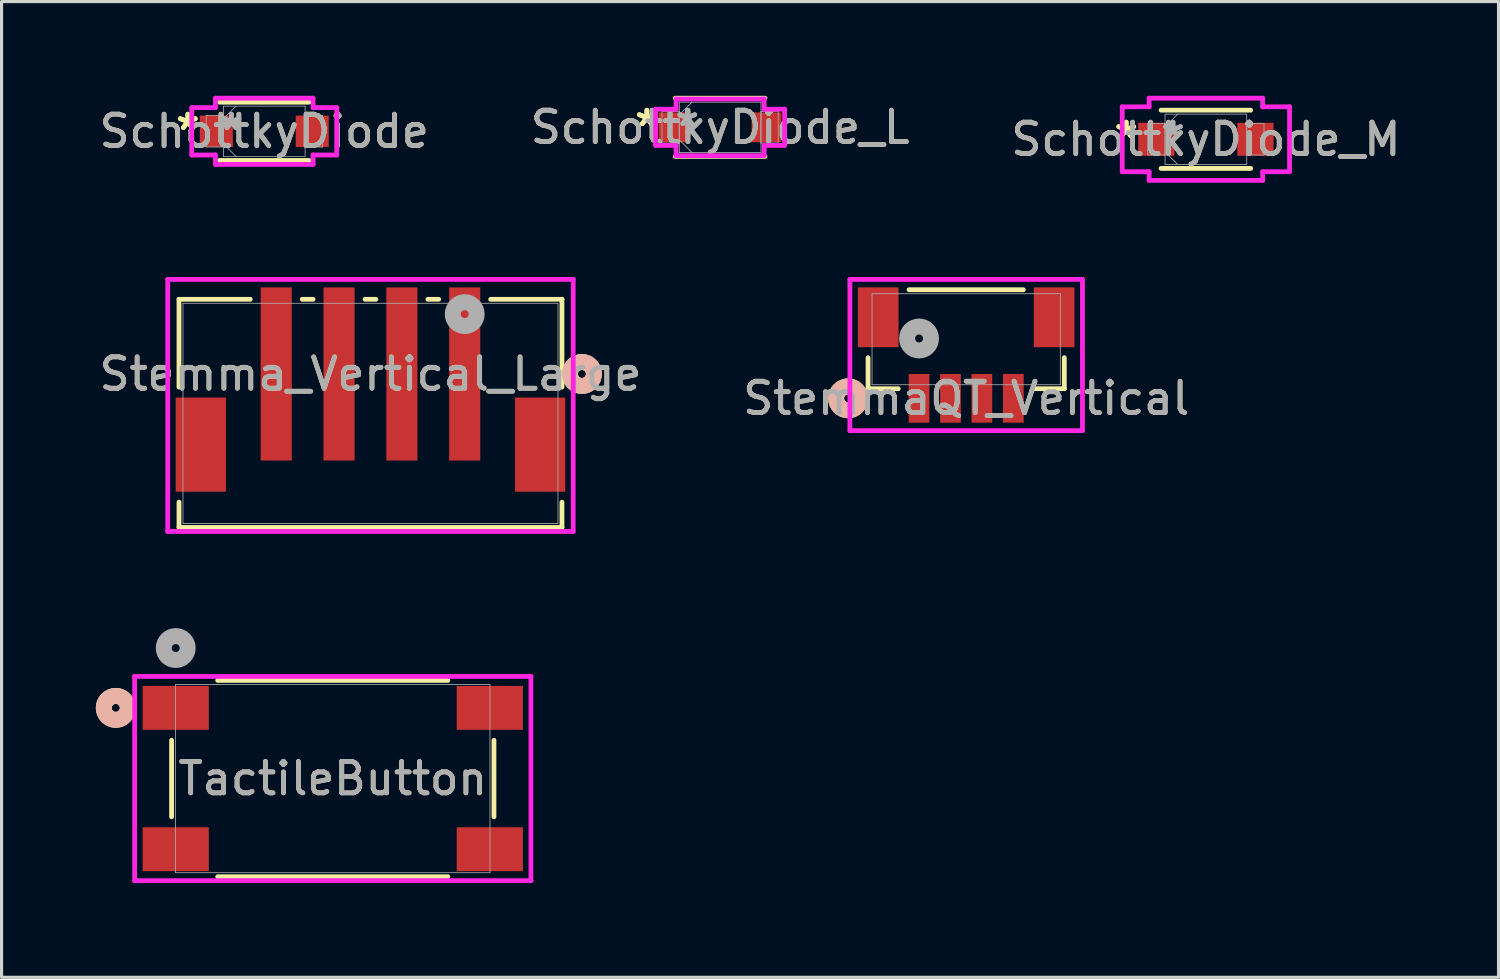
<source format=kicad_pcb>
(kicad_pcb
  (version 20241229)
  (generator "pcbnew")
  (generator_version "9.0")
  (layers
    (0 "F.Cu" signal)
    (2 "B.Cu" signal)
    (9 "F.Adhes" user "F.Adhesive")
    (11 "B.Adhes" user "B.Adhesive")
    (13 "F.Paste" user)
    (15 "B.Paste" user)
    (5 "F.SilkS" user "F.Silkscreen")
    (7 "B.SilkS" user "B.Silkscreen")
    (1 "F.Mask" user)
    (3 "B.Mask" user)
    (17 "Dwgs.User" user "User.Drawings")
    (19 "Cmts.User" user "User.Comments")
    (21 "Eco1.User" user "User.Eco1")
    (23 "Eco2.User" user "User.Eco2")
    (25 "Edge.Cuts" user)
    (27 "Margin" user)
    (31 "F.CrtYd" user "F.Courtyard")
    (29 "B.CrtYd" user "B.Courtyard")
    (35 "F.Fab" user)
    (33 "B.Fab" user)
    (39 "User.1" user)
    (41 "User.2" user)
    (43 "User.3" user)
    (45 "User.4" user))
  (footprint "SchottkyDiode"
    (layer "F.Cu")
    (at 5.363 1.13)
    (property "Reference" "SchottkyDiode" (at 0 0 0) (unlocked yes) (layer "F.SilkS") (effects (font (size 1 1) (thickness 0.15))))
    (attr smd)
    (fp_line (start -1.427 0.927) (end 1.427 0.927) (stroke (width 0.152) (type solid)) (layer "F.SilkS"))
    (fp_line (start 1.427 -0.927) (end -1.427 -0.927) (stroke (width 0.152) (type solid)) (layer "F.SilkS"))
    (fp_line (start -2.307 -0.754) (end -1.554 -0.754) (stroke (width 0.152) (type solid)) (layer "F.CrtYd"))
    (fp_line (start -2.307 0.754) (end -2.307 -0.754) (stroke (width 0.152) (type solid)) (layer "F.CrtYd"))
    (fp_line (start -1.554 -1.054) (end 1.554 -1.054) (stroke (width 0.152) (type solid)) (layer "F.CrtYd"))
    (fp_line (start -1.554 -0.754) (end -1.554 -1.054) (stroke (width 0.152) (type solid)) (layer "F.CrtYd"))
    (fp_line (start -1.554 0.754) (end -2.307 0.754) (stroke (width 0.152) (type solid)) (layer "F.CrtYd"))
    (fp_line (start -1.554 1.054) (end -1.554 0.754) (stroke (width 0.152) (type solid)) (layer "F.CrtYd"))
    (fp_line (start 1.554 -1.054) (end 1.554 -0.754) (stroke (width 0.152) (type solid)) (layer "F.CrtYd"))
    (fp_line (start 1.554 -0.754) (end 2.307 -0.754) (stroke (width 0.152) (type solid)) (layer "F.CrtYd"))
    (fp_line (start 1.554 0.754) (end 1.554 1.054) (stroke (width 0.152) (type solid)) (layer "F.CrtYd"))
    (fp_line (start 1.554 1.054) (end -1.554 1.054) (stroke (width 0.152) (type solid)) (layer "F.CrtYd"))
    (fp_line (start 2.307 -0.754) (end 2.307 0.754) (stroke (width 0.152) (type solid)) (layer "F.CrtYd"))
    (fp_line (start 2.307 0.754) (end 1.554 0.754) (stroke (width 0.152) (type solid)) (layer "F.CrtYd"))
    (fp_line (start -1.85 -0.5) (end -1.85 0.5) (stroke (width 0.025) (type solid)) (layer "F.Fab"))
    (fp_line (start -1.85 0.5) (end -1.3 0.5) (stroke (width 0.025) (type solid)) (layer "F.Fab"))
    (fp_line (start -1.3 -0.8) (end -1.3 0.8) (stroke (width 0.025) (type solid)) (layer "F.Fab"))
    (fp_line (start -1.3 -0.5) (end -1.85 -0.5) (stroke (width 0.025) (type solid)) (layer "F.Fab"))
    (fp_line (start -1.3 -0.4) (end -0.9 -0.8) (stroke (width 0.025) (type solid)) (layer "F.Fab"))
    (fp_line (start -1.3 0.4) (end -0.9 0.8) (stroke (width 0.025) (type solid)) (layer "F.Fab"))
    (fp_line (start -1.3 0.5) (end -1.3 -0.5) (stroke (width 0.025) (type solid)) (layer "F.Fab"))
    (fp_line (start -1.3 0.8) (end 1.3 0.8) (stroke (width 0.025) (type solid)) (layer "F.Fab"))
    (fp_line (start 1.3 -0.8) (end -1.3 -0.8) (stroke (width 0.025) (type solid)) (layer "F.Fab"))
    (fp_line (start 1.3 -0.5) (end 1.3 0.5) (stroke (width 0.025) (type solid)) (layer "F.Fab"))
    (fp_line (start 1.3 0.5) (end 1.85 0.5) (stroke (width 0.025) (type solid)) (layer "F.Fab"))
    (fp_line (start 1.3 0.8) (end 1.3 -0.8) (stroke (width 0.025) (type solid)) (layer "F.Fab"))
    (fp_line (start 1.85 -0.5) (end 1.3 -0.5) (stroke (width 0.025) (type solid)) (layer "F.Fab"))
    (fp_line (start 1.85 0.5) (end 1.85 -0.5) (stroke (width 0.025) (type solid)) (layer "F.Fab"))
    (fp_text user "*" (at -2.434 0 0) (layer "F.SilkS") (effects (font (size 1 1) (thickness 0.15))))
    (fp_text user "*" (at -2.434 0 0) (unlocked yes) (layer "F.SilkS") (effects (font (size 1 1) (thickness 0.15))))
    (fp_text user "${REFERENCE}" (at 0 0 0) (unlocked yes) (layer "F.Fab") (effects (font (size 1 1) (thickness 0.15))))
    (fp_text user "*" (at -1.046 0 0) (unlocked yes) (layer "F.Fab") (effects (font (size 1 1) (thickness 0.15))))
    (fp_text user "*" (at -1.046 0 0) (layer "F.Fab") (effects (font (size 1 1) (thickness 0.15))))
    (pad "1" smd rect (at -1.527 0) (size 1.053 1) (layers "F.Cu" "F.Mask" "F.Paste"))
    (pad "2" smd rect (at 1.527 0) (size 1.053 1) (layers "F.Cu" "F.Mask" "F.Paste"))
    (zone (net_name "") (layer "F.Cu") (hatch full 0.508) (connect_pads) (min_thickness 0.254) (filled_areas_thickness no) (keepout (tracks not_allowed) (vias not_allowed) (pads allowed) (copperpour not_allowed) (footprints allowed)) (placement (enabled no)) (fill) (polygon (pts (xy 4.414 0.381) (xy 6.312 0.381) (xy 6.312 1.879) (xy 4.414 1.879)))))
  (footprint "SchottkyDiode_M"
    (layer "F.Cu")
    (at 35.339 1.384)
    (property "Reference" "SchottkyDiode_M" (at 0 0 0) (unlocked yes) (layer "F.SilkS") (effects (font (size 1 1) (thickness 0.15))))
    (attr smd)
    (fp_line (start -1.427 0.927) (end 1.427 0.927) (stroke (width 0.152) (type solid)) (layer "F.SilkS"))
    (fp_line (start 1.427 -0.927) (end -1.427 -0.927) (stroke (width 0.152) (type solid)) (layer "F.SilkS"))
    (fp_line (start -2.663 -1.033) (end -1.808 -1.033) (stroke (width 0.152) (type solid)) (layer "F.CrtYd"))
    (fp_line (start -2.663 1.033) (end -2.663 -1.033) (stroke (width 0.152) (type solid)) (layer "F.CrtYd"))
    (fp_line (start -1.808 -1.308) (end 1.808 -1.308) (stroke (width 0.152) (type solid)) (layer "F.CrtYd"))
    (fp_line (start -1.808 -1.033) (end -1.808 -1.308) (stroke (width 0.152) (type solid)) (layer "F.CrtYd"))
    (fp_line (start -1.808 1.033) (end -2.663 1.033) (stroke (width 0.152) (type solid)) (layer "F.CrtYd"))
    (fp_line (start -1.808 1.308) (end -1.808 1.033) (stroke (width 0.152) (type solid)) (layer "F.CrtYd"))
    (fp_line (start 1.808 -1.308) (end 1.808 -1.033) (stroke (width 0.152) (type solid)) (layer "F.CrtYd"))
    (fp_line (start 1.808 -1.033) (end 2.663 -1.033) (stroke (width 0.152) (type solid)) (layer "F.CrtYd"))
    (fp_line (start 1.808 1.033) (end 1.808 1.308) (stroke (width 0.152) (type solid)) (layer "F.CrtYd"))
    (fp_line (start 1.808 1.308) (end -1.808 1.308) (stroke (width 0.152) (type solid)) (layer "F.CrtYd"))
    (fp_line (start 2.663 -1.033) (end 2.663 1.033) (stroke (width 0.152) (type solid)) (layer "F.CrtYd"))
    (fp_line (start 2.663 1.033) (end 1.808 1.033) (stroke (width 0.152) (type solid)) (layer "F.CrtYd"))
    (fp_line (start -1.85 -0.5) (end -1.85 0.5) (stroke (width 0.025) (type solid)) (layer "F.Fab"))
    (fp_line (start -1.85 0.5) (end -1.3 0.5) (stroke (width 0.025) (type solid)) (layer "F.Fab"))
    (fp_line (start -1.3 -0.8) (end -1.3 0.8) (stroke (width 0.025) (type solid)) (layer "F.Fab"))
    (fp_line (start -1.3 -0.5) (end -1.85 -0.5) (stroke (width 0.025) (type solid)) (layer "F.Fab"))
    (fp_line (start -1.3 -0.4) (end -0.9 -0.8) (stroke (width 0.025) (type solid)) (layer "F.Fab"))
    (fp_line (start -1.3 0.4) (end -0.9 0.8) (stroke (width 0.025) (type solid)) (layer "F.Fab"))
    (fp_line (start -1.3 0.5) (end -1.3 -0.5) (stroke (width 0.025) (type solid)) (layer "F.Fab"))
    (fp_line (start -1.3 0.8) (end 1.3 0.8) (stroke (width 0.025) (type solid)) (layer "F.Fab"))
    (fp_line (start 1.3 -0.8) (end -1.3 -0.8) (stroke (width 0.025) (type solid)) (layer "F.Fab"))
    (fp_line (start 1.3 -0.5) (end 1.3 0.5) (stroke (width 0.025) (type solid)) (layer "F.Fab"))
    (fp_line (start 1.3 0.5) (end 1.85 0.5) (stroke (width 0.025) (type solid)) (layer "F.Fab"))
    (fp_line (start 1.3 0.8) (end 1.3 -0.8) (stroke (width 0.025) (type solid)) (layer "F.Fab"))
    (fp_line (start 1.85 -0.5) (end 1.3 -0.5) (stroke (width 0.025) (type solid)) (layer "F.Fab"))
    (fp_line (start 1.85 0.5) (end 1.85 -0.5) (stroke (width 0.025) (type solid)) (layer "F.Fab"))
    (fp_text user "*" (at -2.536 0 0) (layer "F.SilkS") (effects (font (size 1 1) (thickness 0.15))))
    (fp_text user "*" (at -2.536 0 0) (unlocked yes) (layer "F.SilkS") (effects (font (size 1 1) (thickness 0.15))))
    (fp_text user "*" (at -1.046 0 0) (layer "F.Fab") (effects (font (size 1 1) (thickness 0.15))))
    (fp_text user "*" (at -1.046 0 0) (unlocked yes) (layer "F.Fab") (effects (font (size 1 1) (thickness 0.15))))
    (fp_text user "${REFERENCE}" (at 0 0 0) (unlocked yes) (layer "F.Fab") (effects (font (size 1 1) (thickness 0.15))))
    (pad "1" smd rect (at -1.577 0) (size 1.155 1.051) (layers "F.Cu" "F.Mask" "F.Paste"))
    (pad "2" smd rect (at 1.577 0) (size 1.155 1.051) (layers "F.Cu" "F.Mask" "F.Paste"))
    (zone (net_name "") (layer "F.Cu") (hatch full 0.508) (connect_pads) (min_thickness 0.254) (filled_areas_thickness no) (keepout (tracks not_allowed) (vias not_allowed) (pads allowed) (copperpour not_allowed) (footprints allowed)) (placement (enabled no)) (fill) (polygon (pts (xy 34.39 0.635) (xy 36.288 0.635) (xy 36.288 2.133) (xy 34.39 2.133)))))
  (footprint "SchottkyDiode_L"
    (layer "F.Cu")
    (at 19.875 1.003)
    (property "Reference" "SchottkyDiode_L" (at 0 0 0) (unlocked yes) (layer "F.SilkS") (effects (font (size 1 1) (thickness 0.15))))
    (attr smd)
    (fp_line (start -1.427 0.927) (end 1.427 0.927) (stroke (width 0.152) (type solid)) (layer "F.SilkS"))
    (fp_line (start 1.427 -0.927) (end -1.427 -0.927) (stroke (width 0.152) (type solid)) (layer "F.SilkS"))
    (fp_line (start -2.053 -0.576) (end -1.402 -0.576) (stroke (width 0.152) (type solid)) (layer "F.CrtYd"))
    (fp_line (start -2.053 0.576) (end -2.053 -0.576) (stroke (width 0.152) (type solid)) (layer "F.CrtYd"))
    (fp_line (start -1.402 -0.902) (end 1.402 -0.902) (stroke (width 0.152) (type solid)) (layer "F.CrtYd"))
    (fp_line (start -1.402 -0.576) (end -1.402 -0.902) (stroke (width 0.152) (type solid)) (layer "F.CrtYd"))
    (fp_line (start -1.402 0.576) (end -2.053 0.576) (stroke (width 0.152) (type solid)) (layer "F.CrtYd"))
    (fp_line (start -1.402 0.902) (end -1.402 0.576) (stroke (width 0.152) (type solid)) (layer "F.CrtYd"))
    (fp_line (start 1.402 -0.902) (end 1.402 -0.576) (stroke (width 0.152) (type solid)) (layer "F.CrtYd"))
    (fp_line (start 1.402 -0.576) (end 2.053 -0.576) (stroke (width 0.152) (type solid)) (layer "F.CrtYd"))
    (fp_line (start 1.402 0.576) (end 1.402 0.902) (stroke (width 0.152) (type solid)) (layer "F.CrtYd"))
    (fp_line (start 1.402 0.902) (end -1.402 0.902) (stroke (width 0.152) (type solid)) (layer "F.CrtYd"))
    (fp_line (start 2.053 -0.576) (end 2.053 0.576) (stroke (width 0.152) (type solid)) (layer "F.CrtYd"))
    (fp_line (start 2.053 0.576) (end 1.402 0.576) (stroke (width 0.152) (type solid)) (layer "F.CrtYd"))
    (fp_line (start -1.85 -0.5) (end -1.85 0.5) (stroke (width 0.025) (type solid)) (layer "F.Fab"))
    (fp_line (start -1.85 0.5) (end -1.3 0.5) (stroke (width 0.025) (type solid)) (layer "F.Fab"))
    (fp_line (start -1.3 -0.8) (end -1.3 0.8) (stroke (width 0.025) (type solid)) (layer "F.Fab"))
    (fp_line (start -1.3 -0.5) (end -1.85 -0.5) (stroke (width 0.025) (type solid)) (layer "F.Fab"))
    (fp_line (start -1.3 -0.4) (end -0.9 -0.8) (stroke (width 0.025) (type solid)) (layer "F.Fab"))
    (fp_line (start -1.3 0.4) (end -0.9 0.8) (stroke (width 0.025) (type solid)) (layer "F.Fab"))
    (fp_line (start -1.3 0.5) (end -1.3 -0.5) (stroke (width 0.025) (type solid)) (layer "F.Fab"))
    (fp_line (start -1.3 0.8) (end 1.3 0.8) (stroke (width 0.025) (type solid)) (layer "F.Fab"))
    (fp_line (start 1.3 -0.8) (end -1.3 -0.8) (stroke (width 0.025) (type solid)) (layer "F.Fab"))
    (fp_line (start 1.3 -0.5) (end 1.3 0.5) (stroke (width 0.025) (type solid)) (layer "F.Fab"))
    (fp_line (start 1.3 0.5) (end 1.85 0.5) (stroke (width 0.025) (type solid)) (layer "F.Fab"))
    (fp_line (start 1.3 0.8) (end 1.3 -0.8) (stroke (width 0.025) (type solid)) (layer "F.Fab"))
    (fp_line (start 1.85 -0.5) (end 1.3 -0.5) (stroke (width 0.025) (type solid)) (layer "F.Fab"))
    (fp_line (start 1.85 0.5) (end 1.85 -0.5) (stroke (width 0.025) (type solid)) (layer "F.Fab"))
    (fp_text user "*" (at -2.333 0 0) (unlocked yes) (layer "F.SilkS") (effects (font (size 1 1) (thickness 0.15))))
    (fp_text user "*" (at -2.333 0 0) (layer "F.SilkS") (effects (font (size 1 1) (thickness 0.15))))
    (fp_text user "*" (at -1.046 0 0) (layer "F.Fab") (effects (font (size 1 1) (thickness 0.15))))
    (fp_text user "*" (at -1.046 0 0) (unlocked yes) (layer "F.Fab") (effects (font (size 1 1) (thickness 0.15))))
    (fp_text user "${REFERENCE}" (at 0 0 0) (unlocked yes) (layer "F.Fab") (effects (font (size 1 1) (thickness 0.15))))
    (pad "1" smd rect (at -1.476 0) (size 0.952 0.949) (layers "F.Cu" "F.Mask" "F.Paste"))
    (pad "2" smd rect (at 1.476 0) (size 0.952 0.949) (layers "F.Cu" "F.Mask" "F.Paste"))
    (zone (net_name "") (layer "F.Cu") (hatch full 0.508) (connect_pads) (min_thickness 0.254) (filled_areas_thickness no) (keepout (tracks not_allowed) (vias not_allowed) (pads allowed) (copperpour not_allowed) (footprints allowed)) (placement (enabled no)) (fill) (polygon (pts (xy 18.926 0.254) (xy 20.824 0.254) (xy 20.824 1.752) (xy 18.926 1.752)))))
  (footprint "TactileButton"
    (layer "F.Cu")
    (at 7.544 21.735)
    (property "Reference" "TactileButton" (at 0 0 0) (unlocked yes) (layer "F.SilkS") (effects (font (size 1 1) (thickness 0.15))))
    (attr smd)
    (fp_line (start -5.131 -1.219) (end -5.131 1.219) (stroke (width 0.152) (type solid)) (layer "F.SilkS"))
    (fp_line (start -3.663 3.124) (end 3.663 3.124) (stroke (width 0.152) (type solid)) (layer "F.SilkS"))
    (fp_line (start 3.663 -3.124) (end -3.663 -3.124) (stroke (width 0.152) (type solid)) (layer "F.SilkS"))
    (fp_line (start 5.131 1.219) (end 5.131 -1.219) (stroke (width 0.152) (type solid)) (layer "F.SilkS"))
    (fp_arc (start -6.56464 -2.086554) (mid -7.2898 -2.25) (end -6.56464 -2.413448) (stroke (width 0.508) (type solid)) (layer "F.SilkS"))
    (fp_circle (center -6.909 -2.25) (end -6.528 -2.25) (stroke (width 0.508) (type solid)) (fill no) (layer "B.SilkS"))
    (fp_line (start -6.308 -3.251) (end -6.308 3.251) (stroke (width 0.152) (type solid)) (layer "F.CrtYd"))
    (fp_line (start -6.308 3.251) (end 6.308 3.251) (stroke (width 0.152) (type solid)) (layer "F.CrtYd"))
    (fp_line (start 6.308 -3.251) (end -6.308 -3.251) (stroke (width 0.152) (type solid)) (layer "F.CrtYd"))
    (fp_line (start 6.308 3.251) (end 6.308 -3.251) (stroke (width 0.152) (type solid)) (layer "F.CrtYd"))
    (fp_line (start -5.004 -2.997) (end -5.004 2.997) (stroke (width 0.025) (type solid)) (layer "F.Fab"))
    (fp_line (start -5.004 2.997) (end 5.004 2.997) (stroke (width 0.025) (type solid)) (layer "F.Fab"))
    (fp_line (start 5.004 -2.997) (end -5.004 -2.997) (stroke (width 0.025) (type solid)) (layer "F.Fab"))
    (fp_line (start 5.004 2.997) (end 5.004 -2.997) (stroke (width 0.025) (type solid)) (layer "F.Fab"))
    (fp_circle (center -5 -4.155) (end -4.619 -4.155) (stroke (width 0.508) (type solid)) (fill no) (layer "F.Fab"))
    (fp_text user "${REFERENCE}" (at 0 0 0) (unlocked yes) (layer "F.Fab") (effects (font (size 1 1) (thickness 0.15))))
    (pad "1" smd rect (at -5 -2.25) (size 2.108 1.397) (layers "F.Cu" "F.Mask" "F.Paste"))
    (pad "2" smd rect (at 5 -2.25) (size 2.108 1.397) (layers "F.Cu" "F.Mask" "F.Paste"))
    (pad "3" smd rect (at -5 2.25) (size 2.108 1.397) (layers "F.Cu" "F.Mask" "F.Paste"))
    (pad "4" smd rect (at 5 2.25) (size 2.108 1.397) (layers "F.Cu" "F.Mask" "F.Paste")))
  (footprint "Stemma_Vertical_Large"
    (layer "F.Cu")
    (at 8.744 10.11)
    (property "Reference" "Stemma_Vertical_Large" (at 0 -1.255 0) (unlocked yes) (layer "F.SilkS") (effects (font (size 1 1) (thickness 0.15))))
    (attr smd)
    (fp_line (start -6.096 -3.632) (end -6.096 -0.837) (stroke (width 0.152) (type solid)) (layer "F.SilkS"))
    (fp_line (start -6.096 2.826) (end -6.096 3.632) (stroke (width 0.152) (type solid)) (layer "F.SilkS"))
    (fp_line (start -6.096 3.632) (end 6.096 3.632) (stroke (width 0.152) (type solid)) (layer "F.SilkS"))
    (fp_line (start -3.828 -3.632) (end -6.096 -3.632) (stroke (width 0.152) (type solid)) (layer "F.SilkS"))
    (fp_line (start -1.828 -3.632) (end -2.172 -3.632) (stroke (width 0.152) (type solid)) (layer "F.SilkS"))
    (fp_line (start 0.172 -3.632) (end -0.172 -3.632) (stroke (width 0.152) (type solid)) (layer "F.SilkS"))
    (fp_line (start 2.172 -3.632) (end 1.828 -3.632) (stroke (width 0.152) (type solid)) (layer "F.SilkS"))
    (fp_line (start 6.096 -3.632) (end 3.828 -3.632) (stroke (width 0.152) (type solid)) (layer "F.SilkS"))
    (fp_line (start 6.096 -0.837) (end 6.096 -3.632) (stroke (width 0.152) (type solid)) (layer "F.SilkS"))
    (fp_line (start 6.096 3.632) (end 6.096 2.826) (stroke (width 0.152) (type solid)) (layer "F.SilkS"))
    (fp_circle (center 6.731 -1.255) (end 7.112 -1.255) (stroke (width 0.508) (type solid)) (fill no) (layer "F.SilkS"))
    (fp_circle (center 6.731 -1.255) (end 7.112 -1.255) (stroke (width 0.508) (type solid)) (fill no) (layer "B.SilkS"))
    (fp_line (start -6.454 -4.265) (end -6.454 3.759) (stroke (width 0.152) (type solid)) (layer "F.CrtYd"))
    (fp_line (start -6.454 3.759) (end 6.454 3.759) (stroke (width 0.152) (type solid)) (layer "F.CrtYd"))
    (fp_line (start 6.454 -4.265) (end -6.454 -4.265) (stroke (width 0.152) (type solid)) (layer "F.CrtYd"))
    (fp_line (start 6.454 3.759) (end 6.454 -4.265) (stroke (width 0.152) (type solid)) (layer "F.CrtYd"))
    (fp_line (start -5.969 -3.505) (end -5.969 3.505) (stroke (width 0.025) (type solid)) (layer "F.Fab"))
    (fp_line (start -5.969 3.505) (end 5.969 3.505) (stroke (width 0.025) (type solid)) (layer "F.Fab"))
    (fp_line (start 5.969 -3.505) (end -5.969 -3.505) (stroke (width 0.025) (type solid)) (layer "F.Fab"))
    (fp_line (start 5.969 3.505) (end 5.969 -3.505) (stroke (width 0.025) (type solid)) (layer "F.Fab"))
    (fp_circle (center 3 -3.16) (end 3.381 -3.16) (stroke (width 0.508) (type solid)) (fill no) (layer "F.Fab"))
    (fp_text user "${REFERENCE}" (at 0 -1.255 0) (unlocked yes) (layer "F.Fab") (effects (font (size 1 1) (thickness 0.15))))
    (pad "1" smd rect (at 3 -1.255) (size 0.991 5.512) (layers "F.Cu" "F.Mask" "F.Paste"))
    (pad "2" smd rect (at 1 -1.255) (size 0.991 5.512) (layers "F.Cu" "F.Mask" "F.Paste"))
    (pad "3" smd rect (at -1 -1.255) (size 0.991 5.512) (layers "F.Cu" "F.Mask" "F.Paste"))
    (pad "4" smd rect (at -3 -1.255) (size 0.991 5.512) (layers "F.Cu" "F.Mask" "F.Paste"))
    (pad "5" smd rect (at -5.4 0.995) (size 1.6 2.997) (layers "F.Cu" "F.Mask" "F.Paste"))
    (pad "6" smd rect (at 5.4 0.995) (size 1.6 2.997) (layers "F.Cu" "F.Mask" "F.Paste")))
  (footprint "StemmaQT_Vertical"
    (layer "F.Cu")
    (at 27.708 7.749)
    (property "Reference" "StemmaQT_Vertical" (at 0 1.882 0) (unlocked yes) (layer "F.SilkS") (effects (font (size 1 1) (thickness 0.15))))
    (attr smd)
    (fp_line (start -3.124 0.587) (end -3.124 1.575) (stroke (width 0.152) (type solid)) (layer "F.SilkS"))
    (fp_line (start -3.124 1.575) (end -2.163 1.575) (stroke (width 0.152) (type solid)) (layer "F.SilkS"))
    (fp_line (start 1.82 -1.575) (end -1.82 -1.575) (stroke (width 0.152) (type solid)) (layer "F.SilkS"))
    (fp_line (start 2.163 1.575) (end 3.124 1.575) (stroke (width 0.152) (type solid)) (layer "F.SilkS"))
    (fp_line (start 3.124 1.575) (end 3.124 0.587) (stroke (width 0.152) (type solid)) (layer "F.SilkS"))
    (fp_circle (center -3.759 1.882) (end -3.378 1.882) (stroke (width 0.508) (type solid)) (fill no) (layer "F.SilkS"))
    (fp_circle (center -3.759 1.882) (end -3.378 1.882) (stroke (width 0.508) (type solid)) (fill no) (layer "B.SilkS"))
    (fp_line (start -3.702 -1.904) (end -3.702 2.911) (stroke (width 0.152) (type solid)) (layer "F.CrtYd"))
    (fp_line (start -3.702 2.911) (end 3.702 2.911) (stroke (width 0.152) (type solid)) (layer "F.CrtYd"))
    (fp_line (start 3.702 -1.904) (end -3.702 -1.904) (stroke (width 0.152) (type solid)) (layer "F.CrtYd"))
    (fp_line (start 3.702 2.911) (end 3.702 -1.904) (stroke (width 0.152) (type solid)) (layer "F.CrtYd"))
    (fp_line (start -2.997 -1.448) (end -2.997 1.448) (stroke (width 0.025) (type solid)) (layer "F.Fab"))
    (fp_line (start -2.997 1.448) (end 2.997 1.448) (stroke (width 0.025) (type solid)) (layer "F.Fab"))
    (fp_line (start 2.997 -1.448) (end -2.997 -1.448) (stroke (width 0.025) (type solid)) (layer "F.Fab"))
    (fp_line (start 2.997 1.448) (end 2.997 -1.448) (stroke (width 0.025) (type solid)) (layer "F.Fab"))
    (fp_circle (center -1.5 -0.023) (end -1.119 -0.023) (stroke (width 0.508) (type solid)) (fill no) (layer "F.Fab"))
    (fp_text user "${REFERENCE}" (at 0 1.882 0) (unlocked yes) (layer "F.Fab") (effects (font (size 1 1) (thickness 0.15))))
    (pad "1" smd rect (at -1.5 1.882) (size 0.66 1.549) (layers "F.Cu" "F.Mask" "F.Paste"))
    (pad "2" smd rect (at -0.5 1.882) (size 0.66 1.549) (layers "F.Cu" "F.Mask" "F.Paste"))
    (pad "3" smd rect (at 0.5 1.882) (size 0.66 1.549) (layers "F.Cu" "F.Mask" "F.Paste"))
    (pad "4" smd rect (at 1.5 1.882) (size 0.66 1.549) (layers "F.Cu" "F.Mask" "F.Paste"))
    (pad "5" smd rect (at -2.8 -0.698) (size 1.295 1.905) (layers "F.Cu" "F.Mask" "F.Paste"))
    (pad "6" smd rect (at 2.8 -0.698) (size 1.295 1.905) (layers "F.Cu" "F.Mask" "F.Paste")))
  (gr_rect
    (start -3 -3)
    (end 44.655 28.062)
    (stroke (width 0.1) (type default))
    (fill no)
    (layer "Edge.Cuts")))
</source>
